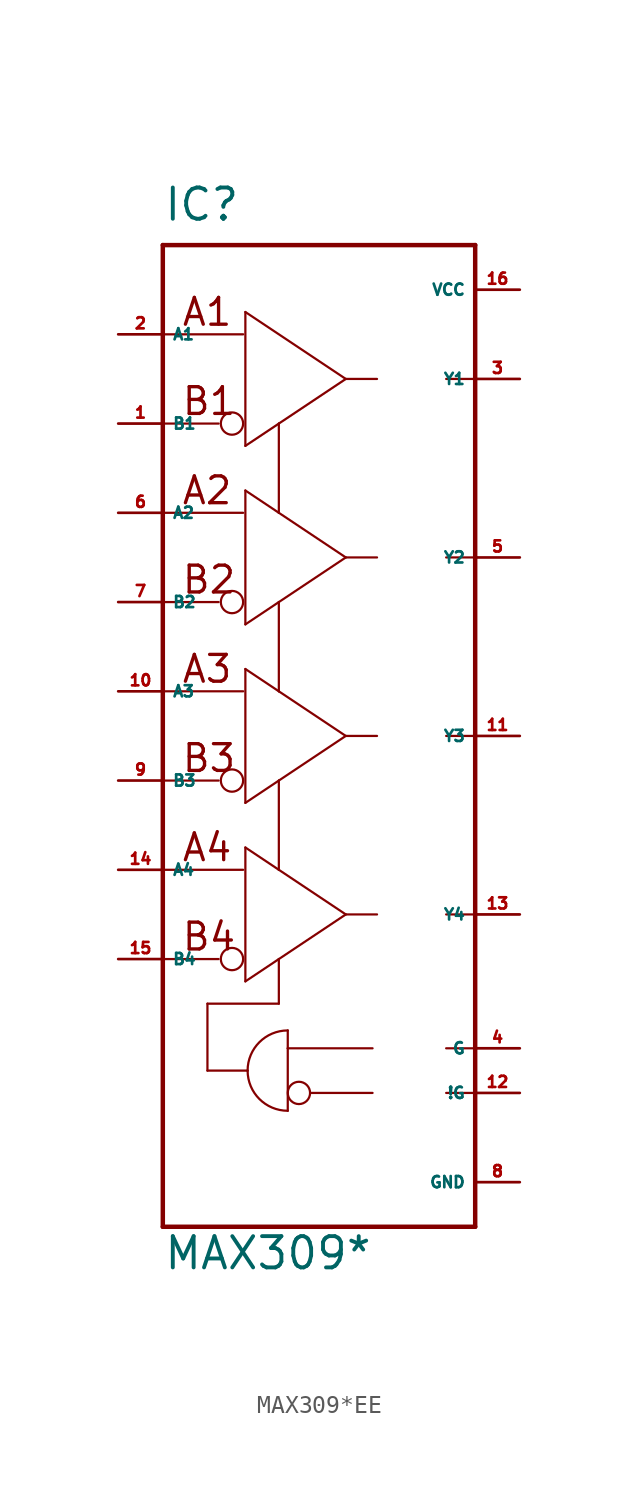
<source format=kicad_sym>
(kicad_symbol_lib
  (version 20220914)
  (generator Eagle2Kicad)
  (symbol "MAX309*EE"
    (property "Reference" "IC"
      (at -7.62 29.21 0)
      (effects (font (size 1.778 1.778) (thickness 0.22)) (justify left bottom)))
    (property "Value" "MAX309*"
      (at -7.62 -30.48 0)
      (effects (font (size 1.778 1.778) (thickness 0.22)) (justify left bottom)))
    (polyline
      (pts (xy 10.16 27.94) (xy -7.62 27.94))
      (stroke (width 0.254) (type default))
      (fill (type none)))
    (polyline
      (pts (xy -7.62 27.94) (xy -7.62 -27.94))
      (stroke (width 0.254) (type default))
      (fill (type none)))
    (polyline
      (pts (xy -7.62 -27.94) (xy 10.16 -27.94))
      (stroke (width 0.254) (type default))
      (fill (type none)))
    (polyline
      (pts (xy 10.16 27.94) (xy 10.16 20.32))
      (stroke (width 0.254) (type default))
      (fill (type none)))
    (polyline
      (pts (xy 10.16 20.32) (xy 10.16 10.16))
      (stroke (width 0.254) (type default))
      (fill (type none)))
    (polyline
      (pts (xy 10.16 10.16) (xy 10.16 0))
      (stroke (width 0.254) (type default))
      (fill (type none)))
    (polyline
      (pts (xy 10.16 0) (xy 10.16 -10.16))
      (stroke (width 0.254) (type default))
      (fill (type none)))
    (polyline
      (pts (xy 10.16 -10.16) (xy 10.16 -17.78))
      (stroke (width 0.254) (type default))
      (fill (type none)))
    (polyline
      (pts (xy 10.16 -17.78) (xy 10.16 -20.32))
      (stroke (width 0.254) (type default))
      (fill (type none)))
    (polyline
      (pts (xy 10.16 -20.32) (xy 10.16 -27.94))
      (stroke (width 0.254) (type default))
      (fill (type none)))
    (polyline
      (pts (xy -2.921 16.51) (xy -2.921 24.13))
      (stroke (width 0.127) (type default))
      (fill (type none)))
    (polyline
      (pts (xy -2.921 24.13) (xy 2.794 20.32))
      (stroke (width 0.127) (type default))
      (fill (type none)))
    (polyline
      (pts (xy 2.794 20.32) (xy -1.016 17.78))
      (stroke (width 0.127) (type default))
      (fill (type none)))
    (polyline
      (pts (xy -1.016 17.78) (xy -2.921 16.51))
      (stroke (width 0.127) (type default))
      (fill (type none)))
    (polyline
      (pts (xy -1.016 -12.7) (xy -1.016 -15.24))
      (stroke (width 0.127) (type default))
      (fill (type none)))
    (polyline
      (pts (xy -1.016 -15.24) (xy -5.08 -15.24))
      (stroke (width 0.127) (type default))
      (fill (type none)))
    (polyline
      (pts (xy -5.08 -15.24) (xy -5.08 -19.05))
      (stroke (width 0.127) (type default))
      (fill (type none)))
    (polyline
      (pts (xy -5.08 -19.05) (xy -2.794 -19.05))
      (stroke (width 0.127) (type default))
      (fill (type none)))
    (polyline
      (pts (xy 10.16 20.32) (xy 8.509 20.32))
      (stroke (width 0.127) (type default))
      (fill (type none)))
    (polyline
      (pts (xy -4.445 17.78) (xy -7.493 17.78))
      (stroke (width 0.127) (type default))
      (fill (type none)))
    (polyline
      (pts (xy -3.048 22.86) (xy -7.493 22.86))
      (stroke (width 0.127) (type default))
      (fill (type none)))
    (polyline
      (pts (xy -2.921 6.35) (xy -2.921 13.97))
      (stroke (width 0.127) (type default))
      (fill (type none)))
    (polyline
      (pts (xy -2.921 13.97) (xy -1.016 12.7))
      (stroke (width 0.127) (type default))
      (fill (type none)))
    (polyline
      (pts (xy -1.016 12.7) (xy 2.794 10.16))
      (stroke (width 0.127) (type default))
      (fill (type none)))
    (polyline
      (pts (xy 2.794 10.16) (xy -1.016 7.62))
      (stroke (width 0.127) (type default))
      (fill (type none)))
    (polyline
      (pts (xy -1.016 7.62) (xy -2.921 6.35))
      (stroke (width 0.127) (type default))
      (fill (type none)))
    (polyline
      (pts (xy -1.016 17.78) (xy -1.016 12.7))
      (stroke (width 0.127) (type default))
      (fill (type none)))
    (polyline
      (pts (xy 10.16 10.16) (xy 8.509 10.16))
      (stroke (width 0.127) (type default))
      (fill (type none)))
    (polyline
      (pts (xy -4.445 7.62) (xy -7.493 7.62))
      (stroke (width 0.127) (type default))
      (fill (type none)))
    (polyline
      (pts (xy -3.048 12.7) (xy -7.493 12.7))
      (stroke (width 0.127) (type default))
      (fill (type none)))
    (polyline
      (pts (xy -2.921 -3.81) (xy -2.921 3.81))
      (stroke (width 0.127) (type default))
      (fill (type none)))
    (polyline
      (pts (xy -2.921 3.81) (xy -1.016 2.54))
      (stroke (width 0.127) (type default))
      (fill (type none)))
    (polyline
      (pts (xy -1.016 2.54) (xy 2.794 0))
      (stroke (width 0.127) (type default))
      (fill (type none)))
    (polyline
      (pts (xy 2.794 0) (xy -1.016 -2.54))
      (stroke (width 0.127) (type default))
      (fill (type none)))
    (polyline
      (pts (xy -1.016 -2.54) (xy -2.921 -3.81))
      (stroke (width 0.127) (type default))
      (fill (type none)))
    (polyline
      (pts (xy -1.016 7.62) (xy -1.016 2.54))
      (stroke (width 0.127) (type default))
      (fill (type none)))
    (polyline
      (pts (xy 10.16 0) (xy 8.509 0))
      (stroke (width 0.127) (type default))
      (fill (type none)))
    (polyline
      (pts (xy -4.445 -2.54) (xy -7.493 -2.54))
      (stroke (width 0.127) (type default))
      (fill (type none)))
    (polyline
      (pts (xy -3.048 2.54) (xy -7.493 2.54))
      (stroke (width 0.127) (type default))
      (fill (type none)))
    (polyline
      (pts (xy -2.921 -13.97) (xy -2.921 -6.35))
      (stroke (width 0.127) (type default))
      (fill (type none)))
    (polyline
      (pts (xy -2.921 -6.35) (xy -1.016 -7.62))
      (stroke (width 0.127) (type default))
      (fill (type none)))
    (polyline
      (pts (xy -1.016 -7.62) (xy 2.794 -10.16))
      (stroke (width 0.127) (type default))
      (fill (type none)))
    (polyline
      (pts (xy 2.794 -10.16) (xy -1.016 -12.7))
      (stroke (width 0.127) (type default))
      (fill (type none)))
    (polyline
      (pts (xy -1.016 -12.7) (xy -2.921 -13.97))
      (stroke (width 0.127) (type default))
      (fill (type none)))
    (polyline
      (pts (xy -1.016 -2.54) (xy -1.016 -7.62))
      (stroke (width 0.127) (type default))
      (fill (type none)))
    (polyline
      (pts (xy 10.16 -10.16) (xy 8.509 -10.16))
      (stroke (width 0.127) (type default))
      (fill (type none)))
    (polyline
      (pts (xy -4.445 -12.7) (xy -7.493 -12.7))
      (stroke (width 0.127) (type default))
      (fill (type none)))
    (polyline
      (pts (xy -3.048 -7.62) (xy -7.493 -7.62))
      (stroke (width 0.127) (type default))
      (fill (type none)))
    (polyline
      (pts (xy -0.508 -16.764) (xy -0.508 -17.78))
      (stroke (width 0.127) (type default))
      (fill (type none)))
    (polyline
      (pts (xy -0.508 -17.78) (xy -0.508 -21.336))
      (stroke (width 0.127) (type default))
      (fill (type none)))
    (arc
      (start -0.508 -16.764)
      (mid -2.124 -17.434)
      (end -2.794 -19.05)
      (stroke (width 0.127) (type default))
      (fill (type none)))
    (arc
      (start -2.794 -19.05)
      (mid -2.124 -20.666)
      (end -0.508 -21.336)
      (stroke (width 0.127) (type default))
      (fill (type none)))
    (polyline
      (pts (xy 4.318 -17.78) (xy -0.508 -17.78))
      (stroke (width 0.127) (type default))
      (fill (type none)))
    (polyline
      (pts (xy 4.318 -20.32) (xy 0.762 -20.32))
      (stroke (width 0.127) (type default))
      (fill (type none)))
    (polyline
      (pts (xy 10.16 -17.78) (xy 8.509 -17.78))
      (stroke (width 0.127) (type default))
      (fill (type none)))
    (polyline
      (pts (xy 10.16 -20.32) (xy 8.509 -20.32))
      (stroke (width 0.127) (type default))
      (fill (type none)))
    (polyline
      (pts (xy 4.572 -10.16) (xy 2.794 -10.16))
      (stroke (width 0.127) (type default))
      (fill (type none)))
    (polyline
      (pts (xy 4.572 0) (xy 2.794 0))
      (stroke (width 0.127) (type default))
      (fill (type none)))
    (polyline
      (pts (xy 4.572 10.16) (xy 2.794 10.16))
      (stroke (width 0.127) (type default))
      (fill (type none)))
    (polyline
      (pts (xy 4.572 20.32) (xy 2.794 20.32))
      (stroke (width 0.127) (type default))
      (fill (type none)))
    (text "B1"
      (at -6.604 18.161 0)
      (effects (font (size 1.524 1.524) (thickness 0.19)) (justify left bottom)))
    (text "A1"
      (at -6.604 23.241 0)
      (effects (font (size 1.524 1.524) (thickness 0.19)) (justify left bottom)))
    (text "B2"
      (at -6.604 8.001 0)
      (effects (font (size 1.524 1.524) (thickness 0.19)) (justify left bottom)))
    (text "A2"
      (at -6.604 13.081 0)
      (effects (font (size 1.524 1.524) (thickness 0.19)) (justify left bottom)))
    (text "B3"
      (at -6.604 -2.159 0)
      (effects (font (size 1.524 1.524) (thickness 0.19)) (justify left bottom)))
    (text "A3"
      (at -6.604 2.921 0)
      (effects (font (size 1.524 1.524) (thickness 0.19)) (justify left bottom)))
    (text "B4"
      (at -6.604 -12.319 0)
      (effects (font (size 1.524 1.524) (thickness 0.19)) (justify left bottom)))
    (text "A4"
      (at -6.604 -7.239 0)
      (effects (font (size 1.524 1.524) (thickness 0.19)) (justify left bottom)))
    (circle
      (center -3.683 17.78)
      (radius 0.635)
      (stroke (width 0.127) (type default))
      (fill (type none)))
    (circle
      (center -3.683 7.62)
      (radius 0.635)
      (stroke (width 0.127) (type default))
      (fill (type none)))
    (circle
      (center -3.683 -2.54)
      (radius 0.635)
      (stroke (width 0.127) (type default))
      (fill (type none)))
    (circle
      (center -3.683 -12.7)
      (radius 0.635)
      (stroke (width 0.127) (type default))
      (fill (type none)))
    (circle
      (center 0.127 -20.32)
      (radius 0.635)
      (stroke (width 0.127) (type default))
      (fill (type none)))
    (pin output line
      (at 12.7 20.32 180)
      (length 2.54)
      (name "Y1" (effects (font (size 0.635 0.635) (thickness 0.08)) (justify left bottom)))
      (number "3" (effects (font (size 0.635 0.635) (thickness 0.08)) (justify left bottom))))
    (pin output line
      (at -10.16 17.78 0)
      (length 2.54)
      (name "B1" (effects (font (size 0.635 0.635) (thickness 0.08)) (justify left bottom)))
      (number "1" (effects (font (size 0.635 0.635) (thickness 0.08)) (justify left bottom))))
    (pin output line
      (at -10.16 22.86 0)
      (length 2.54)
      (name "A1" (effects (font (size 0.635 0.635) (thickness 0.08)) (justify left bottom)))
      (number "2" (effects (font (size 0.635 0.635) (thickness 0.08)) (justify left bottom))))
    (pin input line
      (at 12.7 -17.78 180)
      (length 2.54)
      (name "G" (effects (font (size 0.635 0.635) (thickness 0.08)) (justify left bottom)))
      (number "4" (effects (font (size 0.635 0.635) (thickness 0.08)) (justify left bottom))))
    (pin input line
      (at 12.7 -20.32 180)
      (length 2.54)
      (name "!G" (effects (font (size 0.635 0.635) (thickness 0.08)) (justify left bottom)))
      (number "12" (effects (font (size 0.635 0.635) (thickness 0.08)) (justify left bottom))))
    (pin unspecified line
      (at 12.7 -25.4 180)
      (length 2.54)
      (name "GND" (effects (font (size 0.635 0.635) (thickness 0.08)) (justify left bottom)))
      (number "8" (effects (font (size 0.635 0.635) (thickness 0.08)) (justify left bottom))))
    (pin output line
      (at 12.7 25.4 180)
      (length 2.54)
      (name "VCC" (effects (font (size 0.635 0.635) (thickness 0.08)) (justify left bottom)))
      (number "16" (effects (font (size 0.635 0.635) (thickness 0.08)) (justify left bottom))))
    (pin output line
      (at 12.7 10.16 180)
      (length 2.54)
      (name "Y2" (effects (font (size 0.635 0.635) (thickness 0.08)) (justify left bottom)))
      (number "5" (effects (font (size 0.635 0.635) (thickness 0.08)) (justify left bottom))))
    (pin output line
      (at -10.16 7.62 0)
      (length 2.54)
      (name "B2" (effects (font (size 0.635 0.635) (thickness 0.08)) (justify left bottom)))
      (number "7" (effects (font (size 0.635 0.635) (thickness 0.08)) (justify left bottom))))
    (pin output line
      (at -10.16 12.7 0)
      (length 2.54)
      (name "A2" (effects (font (size 0.635 0.635) (thickness 0.08)) (justify left bottom)))
      (number "6" (effects (font (size 0.635 0.635) (thickness 0.08)) (justify left bottom))))
    (pin output line
      (at 12.7 0 180)
      (length 2.54)
      (name "Y3" (effects (font (size 0.635 0.635) (thickness 0.08)) (justify left bottom)))
      (number "11" (effects (font (size 0.635 0.635) (thickness 0.08)) (justify left bottom))))
    (pin output line
      (at -10.16 -2.54 0)
      (length 2.54)
      (name "B3" (effects (font (size 0.635 0.635) (thickness 0.08)) (justify left bottom)))
      (number "9" (effects (font (size 0.635 0.635) (thickness 0.08)) (justify left bottom))))
    (pin output line
      (at -10.16 2.54 0)
      (length 2.54)
      (name "A3" (effects (font (size 0.635 0.635) (thickness 0.08)) (justify left bottom)))
      (number "10" (effects (font (size 0.635 0.635) (thickness 0.08)) (justify left bottom))))
    (pin output line
      (at 12.7 -10.16 180)
      (length 2.54)
      (name "Y4" (effects (font (size 0.635 0.635) (thickness 0.08)) (justify left bottom)))
      (number "13" (effects (font (size 0.635 0.635) (thickness 0.08)) (justify left bottom))))
    (pin output line
      (at -10.16 -12.7 0)
      (length 2.54)
      (name "B4" (effects (font (size 0.635 0.635) (thickness 0.08)) (justify left bottom)))
      (number "15" (effects (font (size 0.635 0.635) (thickness 0.08)) (justify left bottom))))
    (pin output line
      (at -10.16 -7.62 0)
      (length 2.54)
      (name "A4" (effects (font (size 0.635 0.635) (thickness 0.08)) (justify left bottom)))
      (number "14" (effects (font (size 0.635 0.635) (thickness 0.08)) (justify left bottom))))))
</source>
